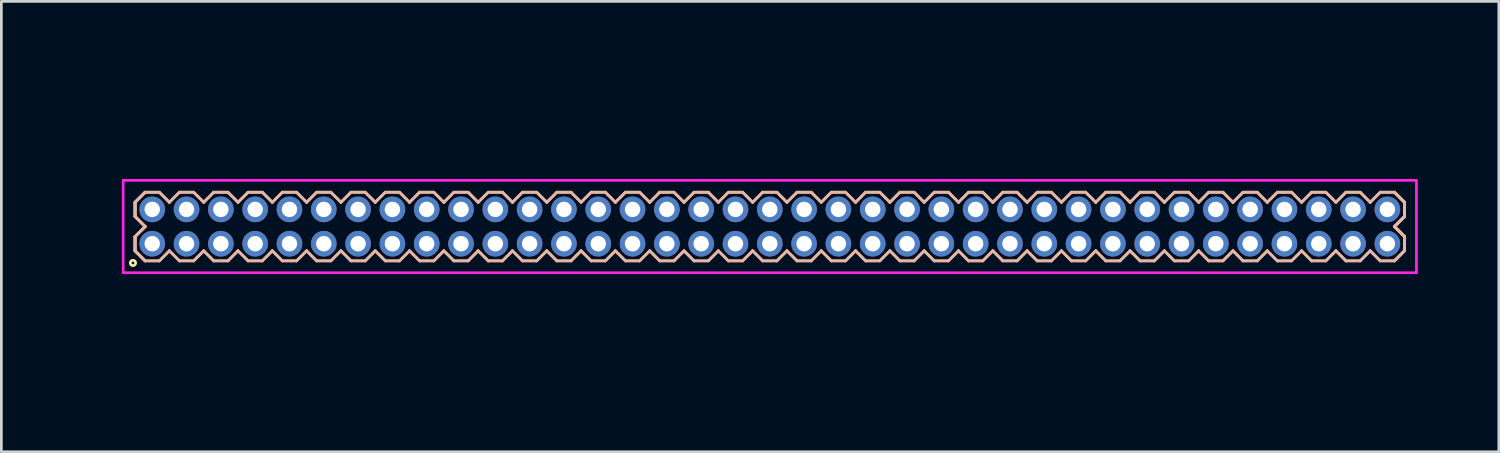
<source format=kicad_pcb>
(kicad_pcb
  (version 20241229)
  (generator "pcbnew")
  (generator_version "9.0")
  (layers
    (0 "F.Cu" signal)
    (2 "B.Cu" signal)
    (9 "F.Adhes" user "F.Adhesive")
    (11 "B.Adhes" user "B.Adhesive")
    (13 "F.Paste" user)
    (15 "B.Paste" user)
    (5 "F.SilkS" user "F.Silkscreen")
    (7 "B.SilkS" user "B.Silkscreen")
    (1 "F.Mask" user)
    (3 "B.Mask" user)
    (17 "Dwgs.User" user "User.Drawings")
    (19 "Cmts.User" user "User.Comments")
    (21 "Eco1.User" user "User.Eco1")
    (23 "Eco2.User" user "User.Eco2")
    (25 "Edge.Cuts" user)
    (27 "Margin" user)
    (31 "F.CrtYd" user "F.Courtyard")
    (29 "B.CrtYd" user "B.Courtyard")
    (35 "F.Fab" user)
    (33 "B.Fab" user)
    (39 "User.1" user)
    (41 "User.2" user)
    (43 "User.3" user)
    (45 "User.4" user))
  (footprint "HDR127P37x2"
    (layer "F.Cu")
    (at 25.445 5.336)
    (property "Reference" "HDR127P37x2" (at -24.685 0 90) (layer "User.1") (effects (font (size 1 1) (thickness 0.1))))
    (attr through_hole)
    (fp_line (start -23.495 -0.898) (end -23.123 -1.27) (stroke (width 0.1) (type solid)) (layer "F.SilkS"))
    (fp_line (start -23.495 -0.898) (end -23.123 -1.27) (stroke (width 0.1) (type solid)) (layer "F.SilkS"))
    (fp_line (start -23.495 -0.372) (end -23.495 -0.898) (stroke (width 0.1) (type solid)) (layer "F.SilkS"))
    (fp_line (start -23.495 -0.372) (end -23.495 -0.898) (stroke (width 0.1) (type solid)) (layer "F.SilkS"))
    (fp_line (start -23.495 0.372) (end -23.123 0) (stroke (width 0.1) (type solid)) (layer "F.SilkS"))
    (fp_line (start -23.495 0.372) (end -23.123 0) (stroke (width 0.1) (type solid)) (layer "F.SilkS"))
    (fp_line (start -23.495 0.898) (end -23.495 0.372) (stroke (width 0.1) (type solid)) (layer "F.SilkS"))
    (fp_line (start -23.495 0.898) (end -23.495 0.372) (stroke (width 0.1) (type solid)) (layer "F.SilkS"))
    (fp_line (start -23.123 -1.27) (end -22.597 -1.27) (stroke (width 0.1) (type solid)) (layer "F.SilkS"))
    (fp_line (start -23.123 0) (end -23.495 -0.372) (stroke (width 0.1) (type solid)) (layer "F.SilkS"))
    (fp_line (start -23.123 0) (end -23.495 -0.372) (stroke (width 0.1) (type solid)) (layer "F.SilkS"))
    (fp_line (start -23.123 1.27) (end -23.495 0.898) (stroke (width 0.1) (type solid)) (layer "F.SilkS"))
    (fp_line (start -23.123 1.27) (end -23.495 0.898) (stroke (width 0.1) (type solid)) (layer "F.SilkS"))
    (fp_line (start -22.597 -1.27) (end -22.225 -0.898) (stroke (width 0.1) (type solid)) (layer "F.SilkS"))
    (fp_line (start -22.597 1.27) (end -23.123 1.27) (stroke (width 0.1) (type solid)) (layer "F.SilkS"))
    (fp_line (start -22.225 -0.898) (end -21.853 -1.27) (stroke (width 0.1) (type solid)) (layer "F.SilkS"))
    (fp_line (start -22.225 0.898) (end -22.597 1.27) (stroke (width 0.1) (type solid)) (layer "F.SilkS"))
    (fp_line (start -21.853 -1.27) (end -21.327 -1.27) (stroke (width 0.1) (type solid)) (layer "F.SilkS"))
    (fp_line (start -21.853 1.27) (end -22.225 0.898) (stroke (width 0.1) (type solid)) (layer "F.SilkS"))
    (fp_line (start -21.327 -1.27) (end -20.955 -0.898) (stroke (width 0.1) (type solid)) (layer "F.SilkS"))
    (fp_line (start -21.327 1.27) (end -21.853 1.27) (stroke (width 0.1) (type solid)) (layer "F.SilkS"))
    (fp_line (start -20.955 -0.898) (end -20.583 -1.27) (stroke (width 0.1) (type solid)) (layer "F.SilkS"))
    (fp_line (start -20.955 0.898) (end -21.327 1.27) (stroke (width 0.1) (type solid)) (layer "F.SilkS"))
    (fp_line (start -20.583 -1.27) (end -20.057 -1.27) (stroke (width 0.1) (type solid)) (layer "F.SilkS"))
    (fp_line (start -20.583 1.27) (end -20.955 0.898) (stroke (width 0.1) (type solid)) (layer "F.SilkS"))
    (fp_line (start -20.057 -1.27) (end -19.685 -0.898) (stroke (width 0.1) (type solid)) (layer "F.SilkS"))
    (fp_line (start -20.057 1.27) (end -20.583 1.27) (stroke (width 0.1) (type solid)) (layer "F.SilkS"))
    (fp_line (start -19.685 -0.898) (end -19.313 -1.27) (stroke (width 0.1) (type solid)) (layer "F.SilkS"))
    (fp_line (start -19.685 0.898) (end -20.057 1.27) (stroke (width 0.1) (type solid)) (layer "F.SilkS"))
    (fp_line (start -19.313 -1.27) (end -18.787 -1.27) (stroke (width 0.1) (type solid)) (layer "F.SilkS"))
    (fp_line (start -19.313 1.27) (end -19.685 0.898) (stroke (width 0.1) (type solid)) (layer "F.SilkS"))
    (fp_line (start -18.787 -1.27) (end -18.415 -0.898) (stroke (width 0.1) (type solid)) (layer "F.SilkS"))
    (fp_line (start -18.787 1.27) (end -19.313 1.27) (stroke (width 0.1) (type solid)) (layer "F.SilkS"))
    (fp_line (start -18.415 -0.898) (end -18.043 -1.27) (stroke (width 0.1) (type solid)) (layer "F.SilkS"))
    (fp_line (start -18.415 0.898) (end -18.787 1.27) (stroke (width 0.1) (type solid)) (layer "F.SilkS"))
    (fp_line (start -18.043 -1.27) (end -17.517 -1.27) (stroke (width 0.1) (type solid)) (layer "F.SilkS"))
    (fp_line (start -18.043 1.27) (end -18.415 0.898) (stroke (width 0.1) (type solid)) (layer "F.SilkS"))
    (fp_line (start -17.517 -1.27) (end -17.145 -0.898) (stroke (width 0.1) (type solid)) (layer "F.SilkS"))
    (fp_line (start -17.517 1.27) (end -18.043 1.27) (stroke (width 0.1) (type solid)) (layer "F.SilkS"))
    (fp_line (start -17.145 -0.898) (end -16.773 -1.27) (stroke (width 0.1) (type solid)) (layer "F.SilkS"))
    (fp_line (start -17.145 0.898) (end -17.517 1.27) (stroke (width 0.1) (type solid)) (layer "F.SilkS"))
    (fp_line (start -16.773 -1.27) (end -16.247 -1.27) (stroke (width 0.1) (type solid)) (layer "F.SilkS"))
    (fp_line (start -16.773 1.27) (end -17.145 0.898) (stroke (width 0.1) (type solid)) (layer "F.SilkS"))
    (fp_line (start -16.247 -1.27) (end -15.875 -0.898) (stroke (width 0.1) (type solid)) (layer "F.SilkS"))
    (fp_line (start -16.247 1.27) (end -16.773 1.27) (stroke (width 0.1) (type solid)) (layer "F.SilkS"))
    (fp_line (start -15.875 -0.898) (end -15.503 -1.27) (stroke (width 0.1) (type solid)) (layer "F.SilkS"))
    (fp_line (start -15.875 0.898) (end -16.247 1.27) (stroke (width 0.1) (type solid)) (layer "F.SilkS"))
    (fp_line (start -15.503 -1.27) (end -14.977 -1.27) (stroke (width 0.1) (type solid)) (layer "F.SilkS"))
    (fp_line (start -15.503 1.27) (end -15.875 0.898) (stroke (width 0.1) (type solid)) (layer "F.SilkS"))
    (fp_line (start -14.977 -1.27) (end -14.605 -0.898) (stroke (width 0.1) (type solid)) (layer "F.SilkS"))
    (fp_line (start -14.977 1.27) (end -15.503 1.27) (stroke (width 0.1) (type solid)) (layer "F.SilkS"))
    (fp_line (start -14.605 -0.898) (end -14.233 -1.27) (stroke (width 0.1) (type solid)) (layer "F.SilkS"))
    (fp_line (start -14.605 0.898) (end -14.977 1.27) (stroke (width 0.1) (type solid)) (layer "F.SilkS"))
    (fp_line (start -14.233 -1.27) (end -13.707 -1.27) (stroke (width 0.1) (type solid)) (layer "F.SilkS"))
    (fp_line (start -14.233 1.27) (end -14.605 0.898) (stroke (width 0.1) (type solid)) (layer "F.SilkS"))
    (fp_line (start -13.707 -1.27) (end -13.335 -0.898) (stroke (width 0.1) (type solid)) (layer "F.SilkS"))
    (fp_line (start -13.707 1.27) (end -14.233 1.27) (stroke (width 0.1) (type solid)) (layer "F.SilkS"))
    (fp_line (start -13.335 -0.898) (end -12.963 -1.27) (stroke (width 0.1) (type solid)) (layer "F.SilkS"))
    (fp_line (start -13.335 0.898) (end -13.707 1.27) (stroke (width 0.1) (type solid)) (layer "F.SilkS"))
    (fp_line (start -12.963 -1.27) (end -12.437 -1.27) (stroke (width 0.1) (type solid)) (layer "F.SilkS"))
    (fp_line (start -12.963 1.27) (end -13.335 0.898) (stroke (width 0.1) (type solid)) (layer "F.SilkS"))
    (fp_line (start -12.437 -1.27) (end -12.065 -0.898) (stroke (width 0.1) (type solid)) (layer "F.SilkS"))
    (fp_line (start -12.437 1.27) (end -12.963 1.27) (stroke (width 0.1) (type solid)) (layer "F.SilkS"))
    (fp_line (start -12.065 -0.898) (end -11.693 -1.27) (stroke (width 0.1) (type solid)) (layer "F.SilkS"))
    (fp_line (start -12.065 0.898) (end -12.437 1.27) (stroke (width 0.1) (type solid)) (layer "F.SilkS"))
    (fp_line (start -11.693 -1.27) (end -11.167 -1.27) (stroke (width 0.1) (type solid)) (layer "F.SilkS"))
    (fp_line (start -11.693 1.27) (end -12.065 0.898) (stroke (width 0.1) (type solid)) (layer "F.SilkS"))
    (fp_line (start -11.167 -1.27) (end -10.795 -0.898) (stroke (width 0.1) (type solid)) (layer "F.SilkS"))
    (fp_line (start -11.167 1.27) (end -11.693 1.27) (stroke (width 0.1) (type solid)) (layer "F.SilkS"))
    (fp_line (start -10.795 -0.898) (end -10.423 -1.27) (stroke (width 0.1) (type solid)) (layer "F.SilkS"))
    (fp_line (start -10.795 0.898) (end -11.167 1.27) (stroke (width 0.1) (type solid)) (layer "F.SilkS"))
    (fp_line (start -10.423 -1.27) (end -9.897 -1.27) (stroke (width 0.1) (type solid)) (layer "F.SilkS"))
    (fp_line (start -10.423 1.27) (end -10.795 0.898) (stroke (width 0.1) (type solid)) (layer "F.SilkS"))
    (fp_line (start -9.897 -1.27) (end -9.525 -0.898) (stroke (width 0.1) (type solid)) (layer "F.SilkS"))
    (fp_line (start -9.897 1.27) (end -10.423 1.27) (stroke (width 0.1) (type solid)) (layer "F.SilkS"))
    (fp_line (start -9.525 -0.898) (end -9.153 -1.27) (stroke (width 0.1) (type solid)) (layer "F.SilkS"))
    (fp_line (start -9.525 0.898) (end -9.897 1.27) (stroke (width 0.1) (type solid)) (layer "F.SilkS"))
    (fp_line (start -9.153 -1.27) (end -8.627 -1.27) (stroke (width 0.1) (type solid)) (layer "F.SilkS"))
    (fp_line (start -9.153 1.27) (end -9.525 0.898) (stroke (width 0.1) (type solid)) (layer "F.SilkS"))
    (fp_line (start -8.627 -1.27) (end -8.255 -0.898) (stroke (width 0.1) (type solid)) (layer "F.SilkS"))
    (fp_line (start -8.627 1.27) (end -9.153 1.27) (stroke (width 0.1) (type solid)) (layer "F.SilkS"))
    (fp_line (start -8.255 -0.898) (end -7.883 -1.27) (stroke (width 0.1) (type solid)) (layer "F.SilkS"))
    (fp_line (start -8.255 0.898) (end -8.627 1.27) (stroke (width 0.1) (type solid)) (layer "F.SilkS"))
    (fp_line (start -7.883 -1.27) (end -7.357 -1.27) (stroke (width 0.1) (type solid)) (layer "F.SilkS"))
    (fp_line (start -7.883 1.27) (end -8.255 0.898) (stroke (width 0.1) (type solid)) (layer "F.SilkS"))
    (fp_line (start -7.357 -1.27) (end -6.985 -0.898) (stroke (width 0.1) (type solid)) (layer "F.SilkS"))
    (fp_line (start -7.357 1.27) (end -7.883 1.27) (stroke (width 0.1) (type solid)) (layer "F.SilkS"))
    (fp_line (start -6.985 -0.898) (end -6.613 -1.27) (stroke (width 0.1) (type solid)) (layer "F.SilkS"))
    (fp_line (start -6.985 0.898) (end -7.357 1.27) (stroke (width 0.1) (type solid)) (layer "F.SilkS"))
    (fp_line (start -6.613 -1.27) (end -6.087 -1.27) (stroke (width 0.1) (type solid)) (layer "F.SilkS"))
    (fp_line (start -6.613 1.27) (end -6.985 0.898) (stroke (width 0.1) (type solid)) (layer "F.SilkS"))
    (fp_line (start -6.087 -1.27) (end -5.715 -0.898) (stroke (width 0.1) (type solid)) (layer "F.SilkS"))
    (fp_line (start -6.087 1.27) (end -6.613 1.27) (stroke (width 0.1) (type solid)) (layer "F.SilkS"))
    (fp_line (start -5.715 -0.898) (end -5.343 -1.27) (stroke (width 0.1) (type solid)) (layer "F.SilkS"))
    (fp_line (start -5.715 0.898) (end -6.087 1.27) (stroke (width 0.1) (type solid)) (layer "F.SilkS"))
    (fp_line (start -5.343 -1.27) (end -4.817 -1.27) (stroke (width 0.1) (type solid)) (layer "F.SilkS"))
    (fp_line (start -5.343 1.27) (end -5.715 0.898) (stroke (width 0.1) (type solid)) (layer "F.SilkS"))
    (fp_line (start -4.817 -1.27) (end -4.445 -0.898) (stroke (width 0.1) (type solid)) (layer "F.SilkS"))
    (fp_line (start -4.817 1.27) (end -5.343 1.27) (stroke (width 0.1) (type solid)) (layer "F.SilkS"))
    (fp_line (start -4.445 -0.898) (end -4.073 -1.27) (stroke (width 0.1) (type solid)) (layer "F.SilkS"))
    (fp_line (start -4.445 0.898) (end -4.817 1.27) (stroke (width 0.1) (type solid)) (layer "F.SilkS"))
    (fp_line (start -4.073 -1.27) (end -3.547 -1.27) (stroke (width 0.1) (type solid)) (layer "F.SilkS"))
    (fp_line (start -4.073 1.27) (end -4.445 0.898) (stroke (width 0.1) (type solid)) (layer "F.SilkS"))
    (fp_line (start -3.547 -1.27) (end -3.175 -0.898) (stroke (width 0.1) (type solid)) (layer "F.SilkS"))
    (fp_line (start -3.547 1.27) (end -4.073 1.27) (stroke (width 0.1) (type solid)) (layer "F.SilkS"))
    (fp_line (start -3.175 -0.898) (end -2.803 -1.27) (stroke (width 0.1) (type solid)) (layer "F.SilkS"))
    (fp_line (start -3.175 0.898) (end -3.547 1.27) (stroke (width 0.1) (type solid)) (layer "F.SilkS"))
    (fp_line (start -2.803 -1.27) (end -2.277 -1.27) (stroke (width 0.1) (type solid)) (layer "F.SilkS"))
    (fp_line (start -2.803 1.27) (end -3.175 0.898) (stroke (width 0.1) (type solid)) (layer "F.SilkS"))
    (fp_line (start -2.277 -1.27) (end -1.905 -0.898) (stroke (width 0.1) (type solid)) (layer "F.SilkS"))
    (fp_line (start -2.277 1.27) (end -2.803 1.27) (stroke (width 0.1) (type solid)) (layer "F.SilkS"))
    (fp_line (start -1.905 -0.898) (end -1.533 -1.27) (stroke (width 0.1) (type solid)) (layer "F.SilkS"))
    (fp_line (start -1.905 0.898) (end -2.277 1.27) (stroke (width 0.1) (type solid)) (layer "F.SilkS"))
    (fp_line (start -1.533 -1.27) (end -1.007 -1.27) (stroke (width 0.1) (type solid)) (layer "F.SilkS"))
    (fp_line (start -1.533 1.27) (end -1.905 0.898) (stroke (width 0.1) (type solid)) (layer "F.SilkS"))
    (fp_line (start -1.007 -1.27) (end -0.635 -0.898) (stroke (width 0.1) (type solid)) (layer "F.SilkS"))
    (fp_line (start -1.007 1.27) (end -1.533 1.27) (stroke (width 0.1) (type solid)) (layer "F.SilkS"))
    (fp_line (start -0.635 -0.898) (end -0.263 -1.27) (stroke (width 0.1) (type solid)) (layer "F.SilkS"))
    (fp_line (start -0.635 0.898) (end -1.007 1.27) (stroke (width 0.1) (type solid)) (layer "F.SilkS"))
    (fp_line (start -0.263 -1.27) (end 0.263 -1.27) (stroke (width 0.1) (type solid)) (layer "F.SilkS"))
    (fp_line (start -0.263 1.27) (end -0.635 0.898) (stroke (width 0.1) (type solid)) (layer "F.SilkS"))
    (fp_line (start 0.263 -1.27) (end 0.635 -0.898) (stroke (width 0.1) (type solid)) (layer "F.SilkS"))
    (fp_line (start 0.263 1.27) (end -0.263 1.27) (stroke (width 0.1) (type solid)) (layer "F.SilkS"))
    (fp_line (start 0.635 -0.898) (end 1.007 -1.27) (stroke (width 0.1) (type solid)) (layer "F.SilkS"))
    (fp_line (start 0.635 0.898) (end 0.263 1.27) (stroke (width 0.1) (type solid)) (layer "F.SilkS"))
    (fp_line (start 1.007 -1.27) (end 1.533 -1.27) (stroke (width 0.1) (type solid)) (layer "F.SilkS"))
    (fp_line (start 1.007 1.27) (end 0.635 0.898) (stroke (width 0.1) (type solid)) (layer "F.SilkS"))
    (fp_line (start 1.533 -1.27) (end 1.905 -0.898) (stroke (width 0.1) (type solid)) (layer "F.SilkS"))
    (fp_line (start 1.533 1.27) (end 1.007 1.27) (stroke (width 0.1) (type solid)) (layer "F.SilkS"))
    (fp_line (start 1.905 -0.898) (end 2.277 -1.27) (stroke (width 0.1) (type solid)) (layer "F.SilkS"))
    (fp_line (start 1.905 0.898) (end 1.533 1.27) (stroke (width 0.1) (type solid)) (layer "F.SilkS"))
    (fp_line (start 2.277 -1.27) (end 2.803 -1.27) (stroke (width 0.1) (type solid)) (layer "F.SilkS"))
    (fp_line (start 2.277 1.27) (end 1.905 0.898) (stroke (width 0.1) (type solid)) (layer "F.SilkS"))
    (fp_line (start 2.803 -1.27) (end 3.175 -0.898) (stroke (width 0.1) (type solid)) (layer "F.SilkS"))
    (fp_line (start 2.803 1.27) (end 2.277 1.27) (stroke (width 0.1) (type solid)) (layer "F.SilkS"))
    (fp_line (start 3.175 -0.898) (end 3.547 -1.27) (stroke (width 0.1) (type solid)) (layer "F.SilkS"))
    (fp_line (start 3.175 0.898) (end 2.803 1.27) (stroke (width 0.1) (type solid)) (layer "F.SilkS"))
    (fp_line (start 3.547 -1.27) (end 4.073 -1.27) (stroke (width 0.1) (type solid)) (layer "F.SilkS"))
    (fp_line (start 3.547 1.27) (end 3.175 0.898) (stroke (width 0.1) (type solid)) (layer "F.SilkS"))
    (fp_line (start 4.073 -1.27) (end 4.445 -0.898) (stroke (width 0.1) (type solid)) (layer "F.SilkS"))
    (fp_line (start 4.073 1.27) (end 3.547 1.27) (stroke (width 0.1) (type solid)) (layer "F.SilkS"))
    (fp_line (start 4.445 -0.898) (end 4.817 -1.27) (stroke (width 0.1) (type solid)) (layer "F.SilkS"))
    (fp_line (start 4.445 0.898) (end 4.073 1.27) (stroke (width 0.1) (type solid)) (layer "F.SilkS"))
    (fp_line (start 4.817 -1.27) (end 5.343 -1.27) (stroke (width 0.1) (type solid)) (layer "F.SilkS"))
    (fp_line (start 4.817 1.27) (end 4.445 0.898) (stroke (width 0.1) (type solid)) (layer "F.SilkS"))
    (fp_line (start 5.343 -1.27) (end 5.715 -0.898) (stroke (width 0.1) (type solid)) (layer "F.SilkS"))
    (fp_line (start 5.343 1.27) (end 4.817 1.27) (stroke (width 0.1) (type solid)) (layer "F.SilkS"))
    (fp_line (start 5.715 -0.898) (end 6.087 -1.27) (stroke (width 0.1) (type solid)) (layer "F.SilkS"))
    (fp_line (start 5.715 0.898) (end 5.343 1.27) (stroke (width 0.1) (type solid)) (layer "F.SilkS"))
    (fp_line (start 6.087 -1.27) (end 6.613 -1.27) (stroke (width 0.1) (type solid)) (layer "F.SilkS"))
    (fp_line (start 6.087 1.27) (end 5.715 0.898) (stroke (width 0.1) (type solid)) (layer "F.SilkS"))
    (fp_line (start 6.613 -1.27) (end 6.985 -0.898) (stroke (width 0.1) (type solid)) (layer "F.SilkS"))
    (fp_line (start 6.613 1.27) (end 6.087 1.27) (stroke (width 0.1) (type solid)) (layer "F.SilkS"))
    (fp_line (start 6.985 -0.898) (end 7.357 -1.27) (stroke (width 0.1) (type solid)) (layer "F.SilkS"))
    (fp_line (start 6.985 0.898) (end 6.613 1.27) (stroke (width 0.1) (type solid)) (layer "F.SilkS"))
    (fp_line (start 7.357 -1.27) (end 7.883 -1.27) (stroke (width 0.1) (type solid)) (layer "F.SilkS"))
    (fp_line (start 7.357 1.27) (end 6.985 0.898) (stroke (width 0.1) (type solid)) (layer "F.SilkS"))
    (fp_line (start 7.883 -1.27) (end 8.255 -0.898) (stroke (width 0.1) (type solid)) (layer "F.SilkS"))
    (fp_line (start 7.883 1.27) (end 7.357 1.27) (stroke (width 0.1) (type solid)) (layer "F.SilkS"))
    (fp_line (start 8.255 -0.898) (end 8.627 -1.27) (stroke (width 0.1) (type solid)) (layer "F.SilkS"))
    (fp_line (start 8.255 0.898) (end 7.883 1.27) (stroke (width 0.1) (type solid)) (layer "F.SilkS"))
    (fp_line (start 8.627 -1.27) (end 9.153 -1.27) (stroke (width 0.1) (type solid)) (layer "F.SilkS"))
    (fp_line (start 8.627 1.27) (end 8.255 0.898) (stroke (width 0.1) (type solid)) (layer "F.SilkS"))
    (fp_line (start 9.153 -1.27) (end 9.525 -0.898) (stroke (width 0.1) (type solid)) (layer "F.SilkS"))
    (fp_line (start 9.153 1.27) (end 8.627 1.27) (stroke (width 0.1) (type solid)) (layer "F.SilkS"))
    (fp_line (start 9.525 -0.898) (end 9.897 -1.27) (stroke (width 0.1) (type solid)) (layer "F.SilkS"))
    (fp_line (start 9.525 0.898) (end 9.153 1.27) (stroke (width 0.1) (type solid)) (layer "F.SilkS"))
    (fp_line (start 9.897 -1.27) (end 10.423 -1.27) (stroke (width 0.1) (type solid)) (layer "F.SilkS"))
    (fp_line (start 9.897 1.27) (end 9.525 0.898) (stroke (width 0.1) (type solid)) (layer "F.SilkS"))
    (fp_line (start 10.423 -1.27) (end 10.795 -0.898) (stroke (width 0.1) (type solid)) (layer "F.SilkS"))
    (fp_line (start 10.423 1.27) (end 9.897 1.27) (stroke (width 0.1) (type solid)) (layer "F.SilkS"))
    (fp_line (start 10.795 -0.898) (end 11.167 -1.27) (stroke (width 0.1) (type solid)) (layer "F.SilkS"))
    (fp_line (start 10.795 0.898) (end 10.423 1.27) (stroke (width 0.1) (type solid)) (layer "F.SilkS"))
    (fp_line (start 11.167 -1.27) (end 11.693 -1.27) (stroke (width 0.1) (type solid)) (layer "F.SilkS"))
    (fp_line (start 11.167 1.27) (end 10.795 0.898) (stroke (width 0.1) (type solid)) (layer "F.SilkS"))
    (fp_line (start 11.693 -1.27) (end 12.065 -0.898) (stroke (width 0.1) (type solid)) (layer "F.SilkS"))
    (fp_line (start 11.693 1.27) (end 11.167 1.27) (stroke (width 0.1) (type solid)) (layer "F.SilkS"))
    (fp_line (start 12.065 -0.898) (end 12.437 -1.27) (stroke (width 0.1) (type solid)) (layer "F.SilkS"))
    (fp_line (start 12.065 0.898) (end 11.693 1.27) (stroke (width 0.1) (type solid)) (layer "F.SilkS"))
    (fp_line (start 12.437 -1.27) (end 12.963 -1.27) (stroke (width 0.1) (type solid)) (layer "F.SilkS"))
    (fp_line (start 12.437 1.27) (end 12.065 0.898) (stroke (width 0.1) (type solid)) (layer "F.SilkS"))
    (fp_line (start 12.963 -1.27) (end 13.335 -0.898) (stroke (width 0.1) (type solid)) (layer "F.SilkS"))
    (fp_line (start 12.963 1.27) (end 12.437 1.27) (stroke (width 0.1) (type solid)) (layer "F.SilkS"))
    (fp_line (start 13.335 -0.898) (end 13.707 -1.27) (stroke (width 0.1) (type solid)) (layer "F.SilkS"))
    (fp_line (start 13.335 0.898) (end 12.963 1.27) (stroke (width 0.1) (type solid)) (layer "F.SilkS"))
    (fp_line (start 13.707 -1.27) (end 14.233 -1.27) (stroke (width 0.1) (type solid)) (layer "F.SilkS"))
    (fp_line (start 13.707 1.27) (end 13.335 0.898) (stroke (width 0.1) (type solid)) (layer "F.SilkS"))
    (fp_line (start 14.233 -1.27) (end 14.605 -0.898) (stroke (width 0.1) (type solid)) (layer "F.SilkS"))
    (fp_line (start 14.233 1.27) (end 13.707 1.27) (stroke (width 0.1) (type solid)) (layer "F.SilkS"))
    (fp_line (start 14.605 -0.898) (end 14.977 -1.27) (stroke (width 0.1) (type solid)) (layer "F.SilkS"))
    (fp_line (start 14.605 0.898) (end 14.233 1.27) (stroke (width 0.1) (type solid)) (layer "F.SilkS"))
    (fp_line (start 14.977 -1.27) (end 15.503 -1.27) (stroke (width 0.1) (type solid)) (layer "F.SilkS"))
    (fp_line (start 14.977 1.27) (end 14.605 0.898) (stroke (width 0.1) (type solid)) (layer "F.SilkS"))
    (fp_line (start 15.503 -1.27) (end 15.875 -0.898) (stroke (width 0.1) (type solid)) (layer "F.SilkS"))
    (fp_line (start 15.503 1.27) (end 14.977 1.27) (stroke (width 0.1) (type solid)) (layer "F.SilkS"))
    (fp_line (start 15.875 -0.898) (end 16.247 -1.27) (stroke (width 0.1) (type solid)) (layer "F.SilkS"))
    (fp_line (start 15.875 0.898) (end 15.503 1.27) (stroke (width 0.1) (type solid)) (layer "F.SilkS"))
    (fp_line (start 16.247 -1.27) (end 16.773 -1.27) (stroke (width 0.1) (type solid)) (layer "F.SilkS"))
    (fp_line (start 16.247 1.27) (end 15.875 0.898) (stroke (width 0.1) (type solid)) (layer "F.SilkS"))
    (fp_line (start 16.773 -1.27) (end 17.145 -0.898) (stroke (width 0.1) (type solid)) (layer "F.SilkS"))
    (fp_line (start 16.773 1.27) (end 16.247 1.27) (stroke (width 0.1) (type solid)) (layer "F.SilkS"))
    (fp_line (start 17.145 -0.898) (end 17.517 -1.27) (stroke (width 0.1) (type solid)) (layer "F.SilkS"))
    (fp_line (start 17.145 0.898) (end 16.773 1.27) (stroke (width 0.1) (type solid)) (layer "F.SilkS"))
    (fp_line (start 17.517 -1.27) (end 18.043 -1.27) (stroke (width 0.1) (type solid)) (layer "F.SilkS"))
    (fp_line (start 17.517 1.27) (end 17.145 0.898) (stroke (width 0.1) (type solid)) (layer "F.SilkS"))
    (fp_line (start 18.043 -1.27) (end 18.415 -0.898) (stroke (width 0.1) (type solid)) (layer "F.SilkS"))
    (fp_line (start 18.043 1.27) (end 17.517 1.27) (stroke (width 0.1) (type solid)) (layer "F.SilkS"))
    (fp_line (start 18.415 -0.898) (end 18.787 -1.27) (stroke (width 0.1) (type solid)) (layer "F.SilkS"))
    (fp_line (start 18.415 0.898) (end 18.043 1.27) (stroke (width 0.1) (type solid)) (layer "F.SilkS"))
    (fp_line (start 18.787 -1.27) (end 19.313 -1.27) (stroke (width 0.1) (type solid)) (layer "F.SilkS"))
    (fp_line (start 18.787 1.27) (end 18.415 0.898) (stroke (width 0.1) (type solid)) (layer "F.SilkS"))
    (fp_line (start 19.313 -1.27) (end 19.685 -0.898) (stroke (width 0.1) (type solid)) (layer "F.SilkS"))
    (fp_line (start 19.313 1.27) (end 18.787 1.27) (stroke (width 0.1) (type solid)) (layer "F.SilkS"))
    (fp_line (start 19.685 -0.898) (end 20.057 -1.27) (stroke (width 0.1) (type solid)) (layer "F.SilkS"))
    (fp_line (start 19.685 0.898) (end 19.313 1.27) (stroke (width 0.1) (type solid)) (layer "F.SilkS"))
    (fp_line (start 20.057 -1.27) (end 20.583 -1.27) (stroke (width 0.1) (type solid)) (layer "F.SilkS"))
    (fp_line (start 20.057 1.27) (end 19.685 0.898) (stroke (width 0.1) (type solid)) (layer "F.SilkS"))
    (fp_line (start 20.583 -1.27) (end 20.955 -0.898) (stroke (width 0.1) (type solid)) (layer "F.SilkS"))
    (fp_line (start 20.583 1.27) (end 20.057 1.27) (stroke (width 0.1) (type solid)) (layer "F.SilkS"))
    (fp_line (start 20.955 -0.898) (end 21.327 -1.27) (stroke (width 0.1) (type solid)) (layer "F.SilkS"))
    (fp_line (start 20.955 0.898) (end 20.583 1.27) (stroke (width 0.1) (type solid)) (layer "F.SilkS"))
    (fp_line (start 21.327 -1.27) (end 21.853 -1.27) (stroke (width 0.1) (type solid)) (layer "F.SilkS"))
    (fp_line (start 21.327 1.27) (end 20.955 0.898) (stroke (width 0.1) (type solid)) (layer "F.SilkS"))
    (fp_line (start 21.853 -1.27) (end 22.225 -0.898) (stroke (width 0.1) (type solid)) (layer "F.SilkS"))
    (fp_line (start 21.853 1.27) (end 21.327 1.27) (stroke (width 0.1) (type solid)) (layer "F.SilkS"))
    (fp_line (start 22.225 -0.898) (end 22.597 -1.27) (stroke (width 0.1) (type solid)) (layer "F.SilkS"))
    (fp_line (start 22.225 0.898) (end 21.853 1.27) (stroke (width 0.1) (type solid)) (layer "F.SilkS"))
    (fp_line (start 22.597 -1.27) (end 23.123 -1.27) (stroke (width 0.1) (type solid)) (layer "F.SilkS"))
    (fp_line (start 22.597 1.27) (end 22.225 0.898) (stroke (width 0.1) (type solid)) (layer "F.SilkS"))
    (fp_line (start 23.123 -1.27) (end 23.495 -0.898) (stroke (width 0.1) (type solid)) (layer "F.SilkS"))
    (fp_line (start 23.123 -1.27) (end 23.495 -0.898) (stroke (width 0.1) (type solid)) (layer "F.SilkS"))
    (fp_line (start 23.123 0) (end 23.495 0.372) (stroke (width 0.1) (type solid)) (layer "F.SilkS"))
    (fp_line (start 23.123 0) (end 23.495 0.372) (stroke (width 0.1) (type solid)) (layer "F.SilkS"))
    (fp_line (start 23.123 1.27) (end 22.597 1.27) (stroke (width 0.1) (type solid)) (layer "F.SilkS"))
    (fp_line (start 23.495 -0.898) (end 23.495 -0.372) (stroke (width 0.1) (type solid)) (layer "F.SilkS"))
    (fp_line (start 23.495 -0.898) (end 23.495 -0.372) (stroke (width 0.1) (type solid)) (layer "F.SilkS"))
    (fp_line (start 23.495 -0.372) (end 23.123 0) (stroke (width 0.1) (type solid)) (layer "F.SilkS"))
    (fp_line (start 23.495 -0.372) (end 23.123 0) (stroke (width 0.1) (type solid)) (layer "F.SilkS"))
    (fp_line (start 23.495 0.372) (end 23.495 0.898) (stroke (width 0.1) (type solid)) (layer "F.SilkS"))
    (fp_line (start 23.495 0.372) (end 23.495 0.898) (stroke (width 0.1) (type solid)) (layer "F.SilkS"))
    (fp_line (start 23.495 0.898) (end 23.123 1.27) (stroke (width 0.1) (type solid)) (layer "F.SilkS"))
    (fp_line (start 23.495 0.898) (end 23.123 1.27) (stroke (width 0.1) (type solid)) (layer "F.SilkS"))
    (fp_circle (center -23.573 1.347) (end -23.473 1.347) (stroke (width 0.1) (type solid)) (fill no) (layer "F.SilkS"))
    (fp_line (start -23.495 -0.898) (end -23.123 -1.27) (stroke (width 0.1) (type solid)) (layer "B.SilkS"))
    (fp_line (start -23.495 -0.898) (end -23.123 -1.27) (stroke (width 0.1) (type solid)) (layer "B.SilkS"))
    (fp_line (start -23.495 -0.372) (end -23.495 -0.898) (stroke (width 0.1) (type solid)) (layer "B.SilkS"))
    (fp_line (start -23.495 -0.372) (end -23.495 -0.898) (stroke (width 0.1) (type solid)) (layer "B.SilkS"))
    (fp_line (start -23.495 0.372) (end -23.123 0) (stroke (width 0.1) (type solid)) (layer "B.SilkS"))
    (fp_line (start -23.495 0.372) (end -23.123 0) (stroke (width 0.1) (type solid)) (layer "B.SilkS"))
    (fp_line (start -23.495 0.898) (end -23.495 0.372) (stroke (width 0.1) (type solid)) (layer "B.SilkS"))
    (fp_line (start -23.495 0.898) (end -23.495 0.372) (stroke (width 0.1) (type solid)) (layer "B.SilkS"))
    (fp_line (start -23.123 -1.27) (end -22.597 -1.27) (stroke (width 0.1) (type solid)) (layer "B.SilkS"))
    (fp_line (start -23.123 0) (end -23.495 -0.372) (stroke (width 0.1) (type solid)) (layer "B.SilkS"))
    (fp_line (start -23.123 0) (end -23.495 -0.372) (stroke (width 0.1) (type solid)) (layer "B.SilkS"))
    (fp_line (start -23.123 1.27) (end -23.495 0.898) (stroke (width 0.1) (type solid)) (layer "B.SilkS"))
    (fp_line (start -23.123 1.27) (end -23.495 0.898) (stroke (width 0.1) (type solid)) (layer "B.SilkS"))
    (fp_line (start -22.597 -1.27) (end -22.225 -0.898) (stroke (width 0.1) (type solid)) (layer "B.SilkS"))
    (fp_line (start -22.597 1.27) (end -23.123 1.27) (stroke (width 0.1) (type solid)) (layer "B.SilkS"))
    (fp_line (start -22.225 -0.898) (end -21.853 -1.27) (stroke (width 0.1) (type solid)) (layer "B.SilkS"))
    (fp_line (start -22.225 0.898) (end -22.597 1.27) (stroke (width 0.1) (type solid)) (layer "B.SilkS"))
    (fp_line (start -21.853 -1.27) (end -21.327 -1.27) (stroke (width 0.1) (type solid)) (layer "B.SilkS"))
    (fp_line (start -21.853 1.27) (end -22.225 0.898) (stroke (width 0.1) (type solid)) (layer "B.SilkS"))
    (fp_line (start -21.327 -1.27) (end -20.955 -0.898) (stroke (width 0.1) (type solid)) (layer "B.SilkS"))
    (fp_line (start -21.327 1.27) (end -21.853 1.27) (stroke (width 0.1) (type solid)) (layer "B.SilkS"))
    (fp_line (start -20.955 -0.898) (end -20.583 -1.27) (stroke (width 0.1) (type solid)) (layer "B.SilkS"))
    (fp_line (start -20.955 0.898) (end -21.327 1.27) (stroke (width 0.1) (type solid)) (layer "B.SilkS"))
    (fp_line (start -20.583 -1.27) (end -20.057 -1.27) (stroke (width 0.1) (type solid)) (layer "B.SilkS"))
    (fp_line (start -20.583 1.27) (end -20.955 0.898) (stroke (width 0.1) (type solid)) (layer "B.SilkS"))
    (fp_line (start -20.057 -1.27) (end -19.685 -0.898) (stroke (width 0.1) (type solid)) (layer "B.SilkS"))
    (fp_line (start -20.057 1.27) (end -20.583 1.27) (stroke (width 0.1) (type solid)) (layer "B.SilkS"))
    (fp_line (start -19.685 -0.898) (end -19.313 -1.27) (stroke (width 0.1) (type solid)) (layer "B.SilkS"))
    (fp_line (start -19.685 0.898) (end -20.057 1.27) (stroke (width 0.1) (type solid)) (layer "B.SilkS"))
    (fp_line (start -19.313 -1.27) (end -18.787 -1.27) (stroke (width 0.1) (type solid)) (layer "B.SilkS"))
    (fp_line (start -19.313 1.27) (end -19.685 0.898) (stroke (width 0.1) (type solid)) (layer "B.SilkS"))
    (fp_line (start -18.787 -1.27) (end -18.415 -0.898) (stroke (width 0.1) (type solid)) (layer "B.SilkS"))
    (fp_line (start -18.787 1.27) (end -19.313 1.27) (stroke (width 0.1) (type solid)) (layer "B.SilkS"))
    (fp_line (start -18.415 -0.898) (end -18.043 -1.27) (stroke (width 0.1) (type solid)) (layer "B.SilkS"))
    (fp_line (start -18.415 0.898) (end -18.787 1.27) (stroke (width 0.1) (type solid)) (layer "B.SilkS"))
    (fp_line (start -18.043 -1.27) (end -17.517 -1.27) (stroke (width 0.1) (type solid)) (layer "B.SilkS"))
    (fp_line (start -18.043 1.27) (end -18.415 0.898) (stroke (width 0.1) (type solid)) (layer "B.SilkS"))
    (fp_line (start -17.517 -1.27) (end -17.145 -0.898) (stroke (width 0.1) (type solid)) (layer "B.SilkS"))
    (fp_line (start -17.517 1.27) (end -18.043 1.27) (stroke (width 0.1) (type solid)) (layer "B.SilkS"))
    (fp_line (start -17.145 -0.898) (end -16.773 -1.27) (stroke (width 0.1) (type solid)) (layer "B.SilkS"))
    (fp_line (start -17.145 0.898) (end -17.517 1.27) (stroke (width 0.1) (type solid)) (layer "B.SilkS"))
    (fp_line (start -16.773 -1.27) (end -16.247 -1.27) (stroke (width 0.1) (type solid)) (layer "B.SilkS"))
    (fp_line (start -16.773 1.27) (end -17.145 0.898) (stroke (width 0.1) (type solid)) (layer "B.SilkS"))
    (fp_line (start -16.247 -1.27) (end -15.875 -0.898) (stroke (width 0.1) (type solid)) (layer "B.SilkS"))
    (fp_line (start -16.247 1.27) (end -16.773 1.27) (stroke (width 0.1) (type solid)) (layer "B.SilkS"))
    (fp_line (start -15.875 -0.898) (end -15.503 -1.27) (stroke (width 0.1) (type solid)) (layer "B.SilkS"))
    (fp_line (start -15.875 0.898) (end -16.247 1.27) (stroke (width 0.1) (type solid)) (layer "B.SilkS"))
    (fp_line (start -15.503 -1.27) (end -14.977 -1.27) (stroke (width 0.1) (type solid)) (layer "B.SilkS"))
    (fp_line (start -15.503 1.27) (end -15.875 0.898) (stroke (width 0.1) (type solid)) (layer "B.SilkS"))
    (fp_line (start -14.977 -1.27) (end -14.605 -0.898) (stroke (width 0.1) (type solid)) (layer "B.SilkS"))
    (fp_line (start -14.977 1.27) (end -15.503 1.27) (stroke (width 0.1) (type solid)) (layer "B.SilkS"))
    (fp_line (start -14.605 -0.898) (end -14.233 -1.27) (stroke (width 0.1) (type solid)) (layer "B.SilkS"))
    (fp_line (start -14.605 0.898) (end -14.977 1.27) (stroke (width 0.1) (type solid)) (layer "B.SilkS"))
    (fp_line (start -14.233 -1.27) (end -13.707 -1.27) (stroke (width 0.1) (type solid)) (layer "B.SilkS"))
    (fp_line (start -14.233 1.27) (end -14.605 0.898) (stroke (width 0.1) (type solid)) (layer "B.SilkS"))
    (fp_line (start -13.707 -1.27) (end -13.335 -0.898) (stroke (width 0.1) (type solid)) (layer "B.SilkS"))
    (fp_line (start -13.707 1.27) (end -14.233 1.27) (stroke (width 0.1) (type solid)) (layer "B.SilkS"))
    (fp_line (start -13.335 -0.898) (end -12.963 -1.27) (stroke (width 0.1) (type solid)) (layer "B.SilkS"))
    (fp_line (start -13.335 0.898) (end -13.707 1.27) (stroke (width 0.1) (type solid)) (layer "B.SilkS"))
    (fp_line (start -12.963 -1.27) (end -12.437 -1.27) (stroke (width 0.1) (type solid)) (layer "B.SilkS"))
    (fp_line (start -12.963 1.27) (end -13.335 0.898) (stroke (width 0.1) (type solid)) (layer "B.SilkS"))
    (fp_line (start -12.437 -1.27) (end -12.065 -0.898) (stroke (width 0.1) (type solid)) (layer "B.SilkS"))
    (fp_line (start -12.437 1.27) (end -12.963 1.27) (stroke (width 0.1) (type solid)) (layer "B.SilkS"))
    (fp_line (start -12.065 -0.898) (end -11.693 -1.27) (stroke (width 0.1) (type solid)) (layer "B.SilkS"))
    (fp_line (start -12.065 0.898) (end -12.437 1.27) (stroke (width 0.1) (type solid)) (layer "B.SilkS"))
    (fp_line (start -11.693 -1.27) (end -11.167 -1.27) (stroke (width 0.1) (type solid)) (layer "B.SilkS"))
    (fp_line (start -11.693 1.27) (end -12.065 0.898) (stroke (width 0.1) (type solid)) (layer "B.SilkS"))
    (fp_line (start -11.167 -1.27) (end -10.795 -0.898) (stroke (width 0.1) (type solid)) (layer "B.SilkS"))
    (fp_line (start -11.167 1.27) (end -11.693 1.27) (stroke (width 0.1) (type solid)) (layer "B.SilkS"))
    (fp_line (start -10.795 -0.898) (end -10.423 -1.27) (stroke (width 0.1) (type solid)) (layer "B.SilkS"))
    (fp_line (start -10.795 0.898) (end -11.167 1.27) (stroke (width 0.1) (type solid)) (layer "B.SilkS"))
    (fp_line (start -10.423 -1.27) (end -9.897 -1.27) (stroke (width 0.1) (type solid)) (layer "B.SilkS"))
    (fp_line (start -10.423 1.27) (end -10.795 0.898) (stroke (width 0.1) (type solid)) (layer "B.SilkS"))
    (fp_line (start -9.897 -1.27) (end -9.525 -0.898) (stroke (width 0.1) (type solid)) (layer "B.SilkS"))
    (fp_line (start -9.897 1.27) (end -10.423 1.27) (stroke (width 0.1) (type solid)) (layer "B.SilkS"))
    (fp_line (start -9.525 -0.898) (end -9.153 -1.27) (stroke (width 0.1) (type solid)) (layer "B.SilkS"))
    (fp_line (start -9.525 0.898) (end -9.897 1.27) (stroke (width 0.1) (type solid)) (layer "B.SilkS"))
    (fp_line (start -9.153 -1.27) (end -8.627 -1.27) (stroke (width 0.1) (type solid)) (layer "B.SilkS"))
    (fp_line (start -9.153 1.27) (end -9.525 0.898) (stroke (width 0.1) (type solid)) (layer "B.SilkS"))
    (fp_line (start -8.627 -1.27) (end -8.255 -0.898) (stroke (width 0.1) (type solid)) (layer "B.SilkS"))
    (fp_line (start -8.627 1.27) (end -9.153 1.27) (stroke (width 0.1) (type solid)) (layer "B.SilkS"))
    (fp_line (start -8.255 -0.898) (end -7.883 -1.27) (stroke (width 0.1) (type solid)) (layer "B.SilkS"))
    (fp_line (start -8.255 0.898) (end -8.627 1.27) (stroke (width 0.1) (type solid)) (layer "B.SilkS"))
    (fp_line (start -7.883 -1.27) (end -7.357 -1.27) (stroke (width 0.1) (type solid)) (layer "B.SilkS"))
    (fp_line (start -7.883 1.27) (end -8.255 0.898) (stroke (width 0.1) (type solid)) (layer "B.SilkS"))
    (fp_line (start -7.357 -1.27) (end -6.985 -0.898) (stroke (width 0.1) (type solid)) (layer "B.SilkS"))
    (fp_line (start -7.357 1.27) (end -7.883 1.27) (stroke (width 0.1) (type solid)) (layer "B.SilkS"))
    (fp_line (start -6.985 -0.898) (end -6.613 -1.27) (stroke (width 0.1) (type solid)) (layer "B.SilkS"))
    (fp_line (start -6.985 0.898) (end -7.357 1.27) (stroke (width 0.1) (type solid)) (layer "B.SilkS"))
    (fp_line (start -6.613 -1.27) (end -6.087 -1.27) (stroke (width 0.1) (type solid)) (layer "B.SilkS"))
    (fp_line (start -6.613 1.27) (end -6.985 0.898) (stroke (width 0.1) (type solid)) (layer "B.SilkS"))
    (fp_line (start -6.087 -1.27) (end -5.715 -0.898) (stroke (width 0.1) (type solid)) (layer "B.SilkS"))
    (fp_line (start -6.087 1.27) (end -6.613 1.27) (stroke (width 0.1) (type solid)) (layer "B.SilkS"))
    (fp_line (start -5.715 -0.898) (end -5.343 -1.27) (stroke (width 0.1) (type solid)) (layer "B.SilkS"))
    (fp_line (start -5.715 0.898) (end -6.087 1.27) (stroke (width 0.1) (type solid)) (layer "B.SilkS"))
    (fp_line (start -5.343 -1.27) (end -4.817 -1.27) (stroke (width 0.1) (type solid)) (layer "B.SilkS"))
    (fp_line (start -5.343 1.27) (end -5.715 0.898) (stroke (width 0.1) (type solid)) (layer "B.SilkS"))
    (fp_line (start -4.817 -1.27) (end -4.445 -0.898) (stroke (width 0.1) (type solid)) (layer "B.SilkS"))
    (fp_line (start -4.817 1.27) (end -5.343 1.27) (stroke (width 0.1) (type solid)) (layer "B.SilkS"))
    (fp_line (start -4.445 -0.898) (end -4.073 -1.27) (stroke (width 0.1) (type solid)) (layer "B.SilkS"))
    (fp_line (start -4.445 0.898) (end -4.817 1.27) (stroke (width 0.1) (type solid)) (layer "B.SilkS"))
    (fp_line (start -4.073 -1.27) (end -3.547 -1.27) (stroke (width 0.1) (type solid)) (layer "B.SilkS"))
    (fp_line (start -4.073 1.27) (end -4.445 0.898) (stroke (width 0.1) (type solid)) (layer "B.SilkS"))
    (fp_line (start -3.547 -1.27) (end -3.175 -0.898) (stroke (width 0.1) (type solid)) (layer "B.SilkS"))
    (fp_line (start -3.547 1.27) (end -4.073 1.27) (stroke (width 0.1) (type solid)) (layer "B.SilkS"))
    (fp_line (start -3.175 -0.898) (end -2.803 -1.27) (stroke (width 0.1) (type solid)) (layer "B.SilkS"))
    (fp_line (start -3.175 0.898) (end -3.547 1.27) (stroke (width 0.1) (type solid)) (layer "B.SilkS"))
    (fp_line (start -2.803 -1.27) (end -2.277 -1.27) (stroke (width 0.1) (type solid)) (layer "B.SilkS"))
    (fp_line (start -2.803 1.27) (end -3.175 0.898) (stroke (width 0.1) (type solid)) (layer "B.SilkS"))
    (fp_line (start -2.277 -1.27) (end -1.905 -0.898) (stroke (width 0.1) (type solid)) (layer "B.SilkS"))
    (fp_line (start -2.277 1.27) (end -2.803 1.27) (stroke (width 0.1) (type solid)) (layer "B.SilkS"))
    (fp_line (start -1.905 -0.898) (end -1.533 -1.27) (stroke (width 0.1) (type solid)) (layer "B.SilkS"))
    (fp_line (start -1.905 0.898) (end -2.277 1.27) (stroke (width 0.1) (type solid)) (layer "B.SilkS"))
    (fp_line (start -1.533 -1.27) (end -1.007 -1.27) (stroke (width 0.1) (type solid)) (layer "B.SilkS"))
    (fp_line (start -1.533 1.27) (end -1.905 0.898) (stroke (width 0.1) (type solid)) (layer "B.SilkS"))
    (fp_line (start -1.007 -1.27) (end -0.635 -0.898) (stroke (width 0.1) (type solid)) (layer "B.SilkS"))
    (fp_line (start -1.007 1.27) (end -1.533 1.27) (stroke (width 0.1) (type solid)) (layer "B.SilkS"))
    (fp_line (start -0.635 -0.898) (end -0.263 -1.27) (stroke (width 0.1) (type solid)) (layer "B.SilkS"))
    (fp_line (start -0.635 0.898) (end -1.007 1.27) (stroke (width 0.1) (type solid)) (layer "B.SilkS"))
    (fp_line (start -0.263 -1.27) (end 0.263 -1.27) (stroke (width 0.1) (type solid)) (layer "B.SilkS"))
    (fp_line (start -0.263 1.27) (end -0.635 0.898) (stroke (width 0.1) (type solid)) (layer "B.SilkS"))
    (fp_line (start 0.263 -1.27) (end 0.635 -0.898) (stroke (width 0.1) (type solid)) (layer "B.SilkS"))
    (fp_line (start 0.263 1.27) (end -0.263 1.27) (stroke (width 0.1) (type solid)) (layer "B.SilkS"))
    (fp_line (start 0.635 -0.898) (end 1.007 -1.27) (stroke (width 0.1) (type solid)) (layer "B.SilkS"))
    (fp_line (start 0.635 0.898) (end 0.263 1.27) (stroke (width 0.1) (type solid)) (layer "B.SilkS"))
    (fp_line (start 1.007 -1.27) (end 1.533 -1.27) (stroke (width 0.1) (type solid)) (layer "B.SilkS"))
    (fp_line (start 1.007 1.27) (end 0.635 0.898) (stroke (width 0.1) (type solid)) (layer "B.SilkS"))
    (fp_line (start 1.533 -1.27) (end 1.905 -0.898) (stroke (width 0.1) (type solid)) (layer "B.SilkS"))
    (fp_line (start 1.533 1.27) (end 1.007 1.27) (stroke (width 0.1) (type solid)) (layer "B.SilkS"))
    (fp_line (start 1.905 -0.898) (end 2.277 -1.27) (stroke (width 0.1) (type solid)) (layer "B.SilkS"))
    (fp_line (start 1.905 0.898) (end 1.533 1.27) (stroke (width 0.1) (type solid)) (layer "B.SilkS"))
    (fp_line (start 2.277 -1.27) (end 2.803 -1.27) (stroke (width 0.1) (type solid)) (layer "B.SilkS"))
    (fp_line (start 2.277 1.27) (end 1.905 0.898) (stroke (width 0.1) (type solid)) (layer "B.SilkS"))
    (fp_line (start 2.803 -1.27) (end 3.175 -0.898) (stroke (width 0.1) (type solid)) (layer "B.SilkS"))
    (fp_line (start 2.803 1.27) (end 2.277 1.27) (stroke (width 0.1) (type solid)) (layer "B.SilkS"))
    (fp_line (start 3.175 -0.898) (end 3.547 -1.27) (stroke (width 0.1) (type solid)) (layer "B.SilkS"))
    (fp_line (start 3.175 0.898) (end 2.803 1.27) (stroke (width 0.1) (type solid)) (layer "B.SilkS"))
    (fp_line (start 3.547 -1.27) (end 4.073 -1.27) (stroke (width 0.1) (type solid)) (layer "B.SilkS"))
    (fp_line (start 3.547 1.27) (end 3.175 0.898) (stroke (width 0.1) (type solid)) (layer "B.SilkS"))
    (fp_line (start 4.073 -1.27) (end 4.445 -0.898) (stroke (width 0.1) (type solid)) (layer "B.SilkS"))
    (fp_line (start 4.073 1.27) (end 3.547 1.27) (stroke (width 0.1) (type solid)) (layer "B.SilkS"))
    (fp_line (start 4.445 -0.898) (end 4.817 -1.27) (stroke (width 0.1) (type solid)) (layer "B.SilkS"))
    (fp_line (start 4.445 0.898) (end 4.073 1.27) (stroke (width 0.1) (type solid)) (layer "B.SilkS"))
    (fp_line (start 4.817 -1.27) (end 5.343 -1.27) (stroke (width 0.1) (type solid)) (layer "B.SilkS"))
    (fp_line (start 4.817 1.27) (end 4.445 0.898) (stroke (width 0.1) (type solid)) (layer "B.SilkS"))
    (fp_line (start 5.343 -1.27) (end 5.715 -0.898) (stroke (width 0.1) (type solid)) (layer "B.SilkS"))
    (fp_line (start 5.343 1.27) (end 4.817 1.27) (stroke (width 0.1) (type solid)) (layer "B.SilkS"))
    (fp_line (start 5.715 -0.898) (end 6.087 -1.27) (stroke (width 0.1) (type solid)) (layer "B.SilkS"))
    (fp_line (start 5.715 0.898) (end 5.343 1.27) (stroke (width 0.1) (type solid)) (layer "B.SilkS"))
    (fp_line (start 6.087 -1.27) (end 6.613 -1.27) (stroke (width 0.1) (type solid)) (layer "B.SilkS"))
    (fp_line (start 6.087 1.27) (end 5.715 0.898) (stroke (width 0.1) (type solid)) (layer "B.SilkS"))
    (fp_line (start 6.613 -1.27) (end 6.985 -0.898) (stroke (width 0.1) (type solid)) (layer "B.SilkS"))
    (fp_line (start 6.613 1.27) (end 6.087 1.27) (stroke (width 0.1) (type solid)) (layer "B.SilkS"))
    (fp_line (start 6.985 -0.898) (end 7.357 -1.27) (stroke (width 0.1) (type solid)) (layer "B.SilkS"))
    (fp_line (start 6.985 0.898) (end 6.613 1.27) (stroke (width 0.1) (type solid)) (layer "B.SilkS"))
    (fp_line (start 7.357 -1.27) (end 7.883 -1.27) (stroke (width 0.1) (type solid)) (layer "B.SilkS"))
    (fp_line (start 7.357 1.27) (end 6.985 0.898) (stroke (width 0.1) (type solid)) (layer "B.SilkS"))
    (fp_line (start 7.883 -1.27) (end 8.255 -0.898) (stroke (width 0.1) (type solid)) (layer "B.SilkS"))
    (fp_line (start 7.883 1.27) (end 7.357 1.27) (stroke (width 0.1) (type solid)) (layer "B.SilkS"))
    (fp_line (start 8.255 -0.898) (end 8.627 -1.27) (stroke (width 0.1) (type solid)) (layer "B.SilkS"))
    (fp_line (start 8.255 0.898) (end 7.883 1.27) (stroke (width 0.1) (type solid)) (layer "B.SilkS"))
    (fp_line (start 8.627 -1.27) (end 9.153 -1.27) (stroke (width 0.1) (type solid)) (layer "B.SilkS"))
    (fp_line (start 8.627 1.27) (end 8.255 0.898) (stroke (width 0.1) (type solid)) (layer "B.SilkS"))
    (fp_line (start 9.153 -1.27) (end 9.525 -0.898) (stroke (width 0.1) (type solid)) (layer "B.SilkS"))
    (fp_line (start 9.153 1.27) (end 8.627 1.27) (stroke (width 0.1) (type solid)) (layer "B.SilkS"))
    (fp_line (start 9.525 -0.898) (end 9.897 -1.27) (stroke (width 0.1) (type solid)) (layer "B.SilkS"))
    (fp_line (start 9.525 0.898) (end 9.153 1.27) (stroke (width 0.1) (type solid)) (layer "B.SilkS"))
    (fp_line (start 9.897 -1.27) (end 10.423 -1.27) (stroke (width 0.1) (type solid)) (layer "B.SilkS"))
    (fp_line (start 9.897 1.27) (end 9.525 0.898) (stroke (width 0.1) (type solid)) (layer "B.SilkS"))
    (fp_line (start 10.423 -1.27) (end 10.795 -0.898) (stroke (width 0.1) (type solid)) (layer "B.SilkS"))
    (fp_line (start 10.423 1.27) (end 9.897 1.27) (stroke (width 0.1) (type solid)) (layer "B.SilkS"))
    (fp_line (start 10.795 -0.898) (end 11.167 -1.27) (stroke (width 0.1) (type solid)) (layer "B.SilkS"))
    (fp_line (start 10.795 0.898) (end 10.423 1.27) (stroke (width 0.1) (type solid)) (layer "B.SilkS"))
    (fp_line (start 11.167 -1.27) (end 11.693 -1.27) (stroke (width 0.1) (type solid)) (layer "B.SilkS"))
    (fp_line (start 11.167 1.27) (end 10.795 0.898) (stroke (width 0.1) (type solid)) (layer "B.SilkS"))
    (fp_line (start 11.693 -1.27) (end 12.065 -0.898) (stroke (width 0.1) (type solid)) (layer "B.SilkS"))
    (fp_line (start 11.693 1.27) (end 11.167 1.27) (stroke (width 0.1) (type solid)) (layer "B.SilkS"))
    (fp_line (start 12.065 -0.898) (end 12.437 -1.27) (stroke (width 0.1) (type solid)) (layer "B.SilkS"))
    (fp_line (start 12.065 0.898) (end 11.693 1.27) (stroke (width 0.1) (type solid)) (layer "B.SilkS"))
    (fp_line (start 12.437 -1.27) (end 12.963 -1.27) (stroke (width 0.1) (type solid)) (layer "B.SilkS"))
    (fp_line (start 12.437 1.27) (end 12.065 0.898) (stroke (width 0.1) (type solid)) (layer "B.SilkS"))
    (fp_line (start 12.963 -1.27) (end 13.335 -0.898) (stroke (width 0.1) (type solid)) (layer "B.SilkS"))
    (fp_line (start 12.963 1.27) (end 12.437 1.27) (stroke (width 0.1) (type solid)) (layer "B.SilkS"))
    (fp_line (start 13.335 -0.898) (end 13.707 -1.27) (stroke (width 0.1) (type solid)) (layer "B.SilkS"))
    (fp_line (start 13.335 0.898) (end 12.963 1.27) (stroke (width 0.1) (type solid)) (layer "B.SilkS"))
    (fp_line (start 13.707 -1.27) (end 14.233 -1.27) (stroke (width 0.1) (type solid)) (layer "B.SilkS"))
    (fp_line (start 13.707 1.27) (end 13.335 0.898) (stroke (width 0.1) (type solid)) (layer "B.SilkS"))
    (fp_line (start 14.233 -1.27) (end 14.605 -0.898) (stroke (width 0.1) (type solid)) (layer "B.SilkS"))
    (fp_line (start 14.233 1.27) (end 13.707 1.27) (stroke (width 0.1) (type solid)) (layer "B.SilkS"))
    (fp_line (start 14.605 -0.898) (end 14.977 -1.27) (stroke (width 0.1) (type solid)) (layer "B.SilkS"))
    (fp_line (start 14.605 0.898) (end 14.233 1.27) (stroke (width 0.1) (type solid)) (layer "B.SilkS"))
    (fp_line (start 14.977 -1.27) (end 15.503 -1.27) (stroke (width 0.1) (type solid)) (layer "B.SilkS"))
    (fp_line (start 14.977 1.27) (end 14.605 0.898) (stroke (width 0.1) (type solid)) (layer "B.SilkS"))
    (fp_line (start 15.503 -1.27) (end 15.875 -0.898) (stroke (width 0.1) (type solid)) (layer "B.SilkS"))
    (fp_line (start 15.503 1.27) (end 14.977 1.27) (stroke (width 0.1) (type solid)) (layer "B.SilkS"))
    (fp_line (start 15.875 -0.898) (end 16.247 -1.27) (stroke (width 0.1) (type solid)) (layer "B.SilkS"))
    (fp_line (start 15.875 0.898) (end 15.503 1.27) (stroke (width 0.1) (type solid)) (layer "B.SilkS"))
    (fp_line (start 16.247 -1.27) (end 16.773 -1.27) (stroke (width 0.1) (type solid)) (layer "B.SilkS"))
    (fp_line (start 16.247 1.27) (end 15.875 0.898) (stroke (width 0.1) (type solid)) (layer "B.SilkS"))
    (fp_line (start 16.773 -1.27) (end 17.145 -0.898) (stroke (width 0.1) (type solid)) (layer "B.SilkS"))
    (fp_line (start 16.773 1.27) (end 16.247 1.27) (stroke (width 0.1) (type solid)) (layer "B.SilkS"))
    (fp_line (start 17.145 -0.898) (end 17.517 -1.27) (stroke (width 0.1) (type solid)) (layer "B.SilkS"))
    (fp_line (start 17.145 0.898) (end 16.773 1.27) (stroke (width 0.1) (type solid)) (layer "B.SilkS"))
    (fp_line (start 17.517 -1.27) (end 18.043 -1.27) (stroke (width 0.1) (type solid)) (layer "B.SilkS"))
    (fp_line (start 17.517 1.27) (end 17.145 0.898) (stroke (width 0.1) (type solid)) (layer "B.SilkS"))
    (fp_line (start 18.043 -1.27) (end 18.415 -0.898) (stroke (width 0.1) (type solid)) (layer "B.SilkS"))
    (fp_line (start 18.043 1.27) (end 17.517 1.27) (stroke (width 0.1) (type solid)) (layer "B.SilkS"))
    (fp_line (start 18.415 -0.898) (end 18.787 -1.27) (stroke (width 0.1) (type solid)) (layer "B.SilkS"))
    (fp_line (start 18.415 0.898) (end 18.043 1.27) (stroke (width 0.1) (type solid)) (layer "B.SilkS"))
    (fp_line (start 18.787 -1.27) (end 19.313 -1.27) (stroke (width 0.1) (type solid)) (layer "B.SilkS"))
    (fp_line (start 18.787 1.27) (end 18.415 0.898) (stroke (width 0.1) (type solid)) (layer "B.SilkS"))
    (fp_line (start 19.313 -1.27) (end 19.685 -0.898) (stroke (width 0.1) (type solid)) (layer "B.SilkS"))
    (fp_line (start 19.313 1.27) (end 18.787 1.27) (stroke (width 0.1) (type solid)) (layer "B.SilkS"))
    (fp_line (start 19.685 -0.898) (end 20.057 -1.27) (stroke (width 0.1) (type solid)) (layer "B.SilkS"))
    (fp_line (start 19.685 0.898) (end 19.313 1.27) (stroke (width 0.1) (type solid)) (layer "B.SilkS"))
    (fp_line (start 20.057 -1.27) (end 20.583 -1.27) (stroke (width 0.1) (type solid)) (layer "B.SilkS"))
    (fp_line (start 20.057 1.27) (end 19.685 0.898) (stroke (width 0.1) (type solid)) (layer "B.SilkS"))
    (fp_line (start 20.583 -1.27) (end 20.955 -0.898) (stroke (width 0.1) (type solid)) (layer "B.SilkS"))
    (fp_line (start 20.583 1.27) (end 20.057 1.27) (stroke (width 0.1) (type solid)) (layer "B.SilkS"))
    (fp_line (start 20.955 -0.898) (end 21.327 -1.27) (stroke (width 0.1) (type solid)) (layer "B.SilkS"))
    (fp_line (start 20.955 0.898) (end 20.583 1.27) (stroke (width 0.1) (type solid)) (layer "B.SilkS"))
    (fp_line (start 21.327 -1.27) (end 21.853 -1.27) (stroke (width 0.1) (type solid)) (layer "B.SilkS"))
    (fp_line (start 21.327 1.27) (end 20.955 0.898) (stroke (width 0.1) (type solid)) (layer "B.SilkS"))
    (fp_line (start 21.853 -1.27) (end 22.225 -0.898) (stroke (width 0.1) (type solid)) (layer "B.SilkS"))
    (fp_line (start 21.853 1.27) (end 21.327 1.27) (stroke (width 0.1) (type solid)) (layer "B.SilkS"))
    (fp_line (start 22.225 -0.898) (end 22.597 -1.27) (stroke (width 0.1) (type solid)) (layer "B.SilkS"))
    (fp_line (start 22.225 0.898) (end 21.853 1.27) (stroke (width 0.1) (type solid)) (layer "B.SilkS"))
    (fp_line (start 22.597 -1.27) (end 23.123 -1.27) (stroke (width 0.1) (type solid)) (layer "B.SilkS"))
    (fp_line (start 22.597 1.27) (end 22.225 0.898) (stroke (width 0.1) (type solid)) (layer "B.SilkS"))
    (fp_line (start 23.123 -1.27) (end 23.495 -0.898) (stroke (width 0.1) (type solid)) (layer "B.SilkS"))
    (fp_line (start 23.123 -1.27) (end 23.495 -0.898) (stroke (width 0.1) (type solid)) (layer "B.SilkS"))
    (fp_line (start 23.123 0) (end 23.495 0.372) (stroke (width 0.1) (type solid)) (layer "B.SilkS"))
    (fp_line (start 23.123 0) (end 23.495 0.372) (stroke (width 0.1) (type solid)) (layer "B.SilkS"))
    (fp_line (start 23.123 1.27) (end 22.597 1.27) (stroke (width 0.1) (type solid)) (layer "B.SilkS"))
    (fp_line (start 23.495 -0.898) (end 23.495 -0.372) (stroke (width 0.1) (type solid)) (layer "B.SilkS"))
    (fp_line (start 23.495 -0.898) (end 23.495 -0.372) (stroke (width 0.1) (type solid)) (layer "B.SilkS"))
    (fp_line (start 23.495 -0.372) (end 23.123 0) (stroke (width 0.1) (type solid)) (layer "B.SilkS"))
    (fp_line (start 23.495 -0.372) (end 23.123 0) (stroke (width 0.1) (type solid)) (layer "B.SilkS"))
    (fp_line (start 23.495 0.372) (end 23.495 0.898) (stroke (width 0.1) (type solid)) (layer "B.SilkS"))
    (fp_line (start 23.495 0.372) (end 23.495 0.898) (stroke (width 0.1) (type solid)) (layer "B.SilkS"))
    (fp_line (start 23.495 0.898) (end 23.123 1.27) (stroke (width 0.1) (type solid)) (layer "B.SilkS"))
    (fp_line (start 23.495 0.898) (end 23.123 1.27) (stroke (width 0.1) (type solid)) (layer "B.SilkS"))
    (fp_line (start -23.935 -1.71) (end -23.935 1.71) (stroke (width 0.1) (type solid)) (layer "F.CrtYd"))
    (fp_line (start -23.935 1.71) (end 23.935 1.71) (stroke (width 0.1) (type solid)) (layer "F.CrtYd"))
    (fp_line (start 23.935 -1.71) (end -23.935 -1.71) (stroke (width 0.1) (type solid)) (layer "F.CrtYd"))
    (fp_line (start 23.935 1.71) (end 23.935 -1.71) (stroke (width 0.1) (type solid)) (layer "F.CrtYd"))
    (pad "1" thru_hole oval (at -22.86 0.635) (size 0.95 0.95) (drill 0.57) (layers "*.Cu" "*.Mask"))
    (pad "2" thru_hole oval (at -22.86 -0.635) (size 0.95 0.95) (drill 0.57) (layers "*.Cu" "*.Mask"))
    (pad "3" thru_hole oval (at -21.59 0.635) (size 0.95 0.95) (drill 0.57) (layers "*.Cu" "*.Mask"))
    (pad "4" thru_hole oval (at -21.59 -0.635) (size 0.95 0.95) (drill 0.57) (layers "*.Cu" "*.Mask"))
    (pad "5" thru_hole oval (at -20.32 0.635) (size 0.95 0.95) (drill 0.57) (layers "*.Cu" "*.Mask"))
    (pad "6" thru_hole oval (at -20.32 -0.635) (size 0.95 0.95) (drill 0.57) (layers "*.Cu" "*.Mask"))
    (pad "7" thru_hole oval (at -19.05 0.635) (size 0.95 0.95) (drill 0.57) (layers "*.Cu" "*.Mask"))
    (pad "8" thru_hole oval (at -19.05 -0.635) (size 0.95 0.95) (drill 0.57) (layers "*.Cu" "*.Mask"))
    (pad "9" thru_hole oval (at -17.78 0.635) (size 0.95 0.95) (drill 0.57) (layers "*.Cu" "*.Mask"))
    (pad "10" thru_hole oval (at -17.78 -0.635) (size 0.95 0.95) (drill 0.57) (layers "*.Cu" "*.Mask"))
    (pad "11" thru_hole oval (at -16.51 0.635) (size 0.95 0.95) (drill 0.57) (layers "*.Cu" "*.Mask"))
    (pad "12" thru_hole oval (at -16.51 -0.635) (size 0.95 0.95) (drill 0.57) (layers "*.Cu" "*.Mask"))
    (pad "13" thru_hole oval (at -15.24 0.635) (size 0.95 0.95) (drill 0.57) (layers "*.Cu" "*.Mask"))
    (pad "14" thru_hole oval (at -15.24 -0.635) (size 0.95 0.95) (drill 0.57) (layers "*.Cu" "*.Mask"))
    (pad "15" thru_hole oval (at -13.97 0.635) (size 0.95 0.95) (drill 0.57) (layers "*.Cu" "*.Mask"))
    (pad "16" thru_hole oval (at -13.97 -0.635) (size 0.95 0.95) (drill 0.57) (layers "*.Cu" "*.Mask"))
    (pad "17" thru_hole oval (at -12.7 0.635) (size 0.95 0.95) (drill 0.57) (layers "*.Cu" "*.Mask"))
    (pad "18" thru_hole oval (at -12.7 -0.635) (size 0.95 0.95) (drill 0.57) (layers "*.Cu" "*.Mask"))
    (pad "19" thru_hole oval (at -11.43 0.635) (size 0.95 0.95) (drill 0.57) (layers "*.Cu" "*.Mask"))
    (pad "20" thru_hole oval (at -11.43 -0.635) (size 0.95 0.95) (drill 0.57) (layers "*.Cu" "*.Mask"))
    (pad "21" thru_hole oval (at -10.16 0.635) (size 0.95 0.95) (drill 0.57) (layers "*.Cu" "*.Mask"))
    (pad "22" thru_hole oval (at -10.16 -0.635) (size 0.95 0.95) (drill 0.57) (layers "*.Cu" "*.Mask"))
    (pad "23" thru_hole oval (at -8.89 0.635) (size 0.95 0.95) (drill 0.57) (layers "*.Cu" "*.Mask"))
    (pad "24" thru_hole oval (at -8.89 -0.635) (size 0.95 0.95) (drill 0.57) (layers "*.Cu" "*.Mask"))
    (pad "25" thru_hole oval (at -7.62 0.635) (size 0.95 0.95) (drill 0.57) (layers "*.Cu" "*.Mask"))
    (pad "26" thru_hole oval (at -7.62 -0.635) (size 0.95 0.95) (drill 0.57) (layers "*.Cu" "*.Mask"))
    (pad "27" thru_hole oval (at -6.35 0.635) (size 0.95 0.95) (drill 0.57) (layers "*.Cu" "*.Mask"))
    (pad "28" thru_hole oval (at -6.35 -0.635) (size 0.95 0.95) (drill 0.57) (layers "*.Cu" "*.Mask"))
    (pad "29" thru_hole oval (at -5.08 0.635) (size 0.95 0.95) (drill 0.57) (layers "*.Cu" "*.Mask"))
    (pad "30" thru_hole oval (at -5.08 -0.635) (size 0.95 0.95) (drill 0.57) (layers "*.Cu" "*.Mask"))
    (pad "31" thru_hole oval (at -3.81 0.635) (size 0.95 0.95) (drill 0.57) (layers "*.Cu" "*.Mask"))
    (pad "32" thru_hole oval (at -3.81 -0.635) (size 0.95 0.95) (drill 0.57) (layers "*.Cu" "*.Mask"))
    (pad "33" thru_hole oval (at -2.54 0.635) (size 0.95 0.95) (drill 0.57) (layers "*.Cu" "*.Mask"))
    (pad "34" thru_hole oval (at -2.54 -0.635) (size 0.95 0.95) (drill 0.57) (layers "*.Cu" "*.Mask"))
    (pad "35" thru_hole oval (at -1.27 0.635) (size 0.95 0.95) (drill 0.57) (layers "*.Cu" "*.Mask"))
    (pad "36" thru_hole oval (at -1.27 -0.635) (size 0.95 0.95) (drill 0.57) (layers "*.Cu" "*.Mask"))
    (pad "37" thru_hole oval (at 0 0.635) (size 0.95 0.95) (drill 0.57) (layers "*.Cu" "*.Mask"))
    (pad "38" thru_hole oval (at 0 -0.635) (size 0.95 0.95) (drill 0.57) (layers "*.Cu" "*.Mask"))
    (pad "39" thru_hole oval (at 1.27 0.635) (size 0.95 0.95) (drill 0.57) (layers "*.Cu" "*.Mask"))
    (pad "40" thru_hole oval (at 1.27 -0.635) (size 0.95 0.95) (drill 0.57) (layers "*.Cu" "*.Mask"))
    (pad "41" thru_hole oval (at 2.54 0.635) (size 0.95 0.95) (drill 0.57) (layers "*.Cu" "*.Mask"))
    (pad "42" thru_hole oval (at 2.54 -0.635) (size 0.95 0.95) (drill 0.57) (layers "*.Cu" "*.Mask"))
    (pad "43" thru_hole oval (at 3.81 0.635) (size 0.95 0.95) (drill 0.57) (layers "*.Cu" "*.Mask"))
    (pad "44" thru_hole oval (at 3.81 -0.635) (size 0.95 0.95) (drill 0.57) (layers "*.Cu" "*.Mask"))
    (pad "45" thru_hole oval (at 5.08 0.635) (size 0.95 0.95) (drill 0.57) (layers "*.Cu" "*.Mask"))
    (pad "46" thru_hole oval (at 5.08 -0.635) (size 0.95 0.95) (drill 0.57) (layers "*.Cu" "*.Mask"))
    (pad "47" thru_hole oval (at 6.35 0.635) (size 0.95 0.95) (drill 0.57) (layers "*.Cu" "*.Mask"))
    (pad "48" thru_hole oval (at 6.35 -0.635) (size 0.95 0.95) (drill 0.57) (layers "*.Cu" "*.Mask"))
    (pad "49" thru_hole oval (at 7.62 0.635) (size 0.95 0.95) (drill 0.57) (layers "*.Cu" "*.Mask"))
    (pad "50" thru_hole oval (at 7.62 -0.635) (size 0.95 0.95) (drill 0.57) (layers "*.Cu" "*.Mask"))
    (pad "51" thru_hole oval (at 8.89 0.635) (size 0.95 0.95) (drill 0.57) (layers "*.Cu" "*.Mask"))
    (pad "52" thru_hole oval (at 8.89 -0.635) (size 0.95 0.95) (drill 0.57) (layers "*.Cu" "*.Mask"))
    (pad "53" thru_hole oval (at 10.16 0.635) (size 0.95 0.95) (drill 0.57) (layers "*.Cu" "*.Mask"))
    (pad "54" thru_hole oval (at 10.16 -0.635) (size 0.95 0.95) (drill 0.57) (layers "*.Cu" "*.Mask"))
    (pad "55" thru_hole oval (at 11.43 0.635) (size 0.95 0.95) (drill 0.57) (layers "*.Cu" "*.Mask"))
    (pad "56" thru_hole oval (at 11.43 -0.635) (size 0.95 0.95) (drill 0.57) (layers "*.Cu" "*.Mask"))
    (pad "57" thru_hole oval (at 12.7 0.635) (size 0.95 0.95) (drill 0.57) (layers "*.Cu" "*.Mask"))
    (pad "58" thru_hole oval (at 12.7 -0.635) (size 0.95 0.95) (drill 0.57) (layers "*.Cu" "*.Mask"))
    (pad "59" thru_hole oval (at 13.97 0.635) (size 0.95 0.95) (drill 0.57) (layers "*.Cu" "*.Mask"))
    (pad "60" thru_hole oval (at 13.97 -0.635) (size 0.95 0.95) (drill 0.57) (layers "*.Cu" "*.Mask"))
    (pad "61" thru_hole oval (at 15.24 0.635) (size 0.95 0.95) (drill 0.57) (layers "*.Cu" "*.Mask"))
    (pad "62" thru_hole oval (at 15.24 -0.635) (size 0.95 0.95) (drill 0.57) (layers "*.Cu" "*.Mask"))
    (pad "63" thru_hole oval (at 16.51 0.635) (size 0.95 0.95) (drill 0.57) (layers "*.Cu" "*.Mask"))
    (pad "64" thru_hole oval (at 16.51 -0.635) (size 0.95 0.95) (drill 0.57) (layers "*.Cu" "*.Mask"))
    (pad "65" thru_hole oval (at 17.78 0.635) (size 0.95 0.95) (drill 0.57) (layers "*.Cu" "*.Mask"))
    (pad "66" thru_hole oval (at 17.78 -0.635) (size 0.95 0.95) (drill 0.57) (layers "*.Cu" "*.Mask"))
    (pad "67" thru_hole oval (at 19.05 0.635) (size 0.95 0.95) (drill 0.57) (layers "*.Cu" "*.Mask"))
    (pad "68" thru_hole oval (at 19.05 -0.635) (size 0.95 0.95) (drill 0.57) (layers "*.Cu" "*.Mask"))
    (pad "69" thru_hole oval (at 20.32 0.635) (size 0.95 0.95) (drill 0.57) (layers "*.Cu" "*.Mask"))
    (pad "70" thru_hole oval (at 20.32 -0.635) (size 0.95 0.95) (drill 0.57) (layers "*.Cu" "*.Mask"))
    (pad "71" thru_hole oval (at 21.59 0.635) (size 0.95 0.95) (drill 0.57) (layers "*.Cu" "*.Mask"))
    (pad "72" thru_hole oval (at 21.59 -0.635) (size 0.95 0.95) (drill 0.57) (layers "*.Cu" "*.Mask"))
    (pad "73" thru_hole oval (at 22.86 0.635) (size 0.95 0.95) (drill 0.57) (layers "*.Cu" "*.Mask"))
    (pad "74" thru_hole oval (at 22.86 -0.635) (size 0.95 0.95) (drill 0.57) (layers "*.Cu" "*.Mask")))
  (gr_rect
    (start -3 -3)
    (end 52.431 13.671)
    (stroke (width 0.1) (type default))
    (fill no)
    (layer "Edge.Cuts")))
</source>
